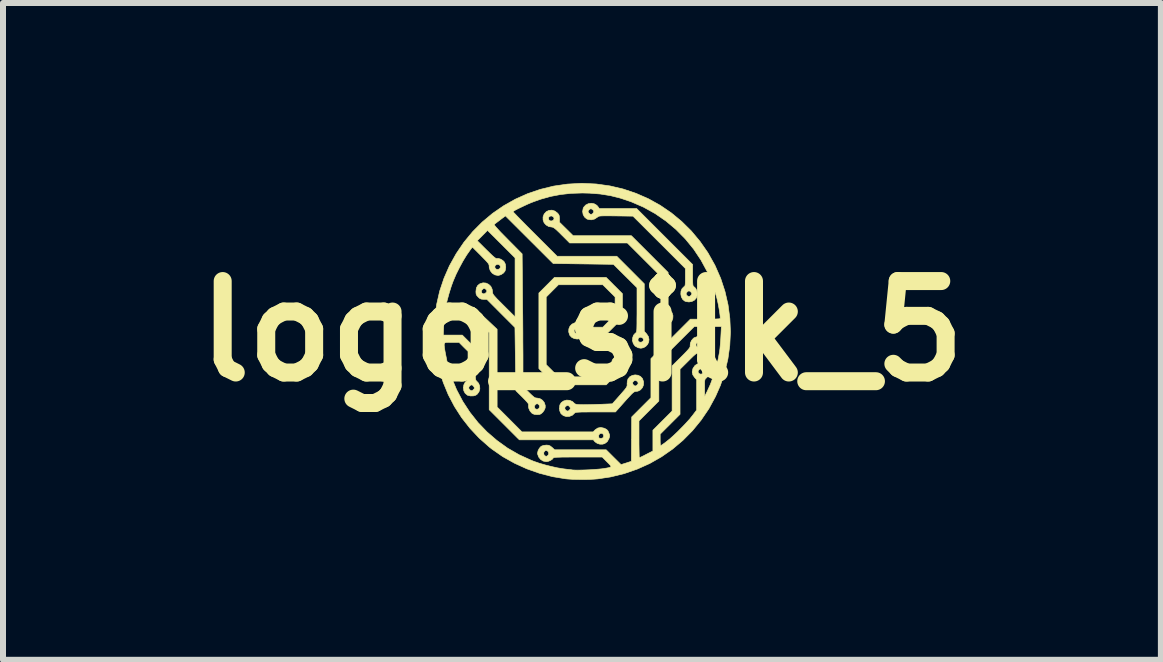
<source format=kicad_pcb>
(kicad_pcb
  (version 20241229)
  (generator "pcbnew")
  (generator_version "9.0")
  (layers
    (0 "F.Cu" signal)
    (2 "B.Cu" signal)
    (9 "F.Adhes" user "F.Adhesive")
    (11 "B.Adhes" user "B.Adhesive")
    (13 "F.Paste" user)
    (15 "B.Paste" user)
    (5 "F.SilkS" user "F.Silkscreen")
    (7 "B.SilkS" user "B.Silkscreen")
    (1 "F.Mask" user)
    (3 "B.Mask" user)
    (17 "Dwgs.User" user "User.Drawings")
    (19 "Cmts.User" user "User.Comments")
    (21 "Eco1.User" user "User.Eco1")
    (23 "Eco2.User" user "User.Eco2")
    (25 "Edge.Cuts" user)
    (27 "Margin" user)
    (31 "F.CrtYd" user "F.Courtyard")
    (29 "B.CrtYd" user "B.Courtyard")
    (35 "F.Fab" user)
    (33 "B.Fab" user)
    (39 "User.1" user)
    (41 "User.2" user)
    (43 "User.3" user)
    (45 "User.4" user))
  (footprint "logo_silk_5"
    (layer "F.Cu")
    (at 6.648 2.468)
    (property "Reference" "logo_silk_5" (at 0 0 0) (layer "F.SilkS") (effects (font (size 1.524 1.524) (thickness 0.3))))
    (attr through_hole)
    (fp_poly (pts (xy -0.452 -2.001) (xy -0.412 -1.971) (xy -0.39 -1.947) (xy -0.379 -1.923) (xy -0.376 -1.892) (xy -0.375 -1.875) (xy -0.375 -1.815) (xy -0.261 -1.703) (xy -0.147 -1.59) (xy 0.823 -1.59) (xy 1.129 -1.284) (xy 1.436 -0.977) (xy 1.436 -0.38) (xy 1.469 -0.348) (xy 1.502 -0.305) (xy 1.516 -0.259) (xy 1.514 -0.213) (xy 1.499 -0.171) (xy 1.472 -0.136) (xy 1.437 -0.111) (xy 1.394 -0.099) (xy 1.347 -0.103) (xy 1.306 -0.121) (xy 1.269 -0.155) (xy 1.244 -0.198) (xy 1.237 -0.238) (xy 1.237 -0.238) (xy 1.33 -0.238) (xy 1.335 -0.223) (xy 1.346 -0.211) (xy 1.366 -0.193) (xy 1.38 -0.189) (xy 1.4 -0.197) (xy 1.403 -0.199) (xy 1.421 -0.218) (xy 1.424 -0.244) (xy 1.414 -0.268) (xy 1.395 -0.284) (xy 1.374 -0.285) (xy 1.354 -0.274) (xy 1.34 -0.258) (xy 1.33 -0.238) (xy 1.237 -0.238) (xy 1.243 -0.274) (xy 1.258 -0.311) (xy 1.279 -0.342) (xy 1.294 -0.354) (xy 1.3 -0.359) (xy 1.305 -0.367) (xy 1.309 -0.381) (xy 1.311 -0.404) (xy 1.313 -0.438) (xy 1.314 -0.487) (xy 1.314 -0.552) (xy 1.314 -0.636) (xy 1.314 -0.911) (xy 1.035 -1.19) (xy 0.756 -1.469) (xy -0.205 -1.469) (xy -0.337 -1.601) (xy -0.388 -1.652) (xy -0.427 -1.689) (xy -0.456 -1.713) (xy -0.477 -1.727) (xy -0.494 -1.733) (xy -0.5 -1.734) (xy -0.554 -1.743) (xy -0.598 -1.769) (xy -0.631 -1.806) (xy -0.648 -1.852) (xy -0.648 -1.866) (xy -0.557 -1.866) (xy -0.552 -1.855) (xy -0.532 -1.838) (xy -0.505 -1.836) (xy -0.48 -1.847) (xy -0.471 -1.858) (xy -0.465 -1.883) (xy -0.478 -1.905) (xy -0.505 -1.919) (xy -0.511 -1.919) (xy -0.539 -1.914) (xy -0.556 -1.894) (xy -0.557 -1.866) (xy -0.648 -1.866) (xy -0.649 -1.902) (xy -0.63 -1.952) (xy -0.629 -1.953) (xy -0.594 -1.991) (xy -0.55 -2.012) (xy -0.501 -2.016) (xy -0.452 -2.001)) (stroke (width 0.01) (type solid)) (fill yes) (layer "F.SilkS"))
    (fp_poly (pts (xy 0.204 -2.122) (xy 0.247 -2.097) (xy 0.269 -2.071) (xy 0.288 -2.043) (xy 0.911 -2.043) (xy 1.378 -1.576) (xy 1.844 -1.11) (xy 1.844 -0.931) (xy 1.844 -0.864) (xy 1.845 -0.816) (xy 1.847 -0.783) (xy 1.85 -0.762) (xy 1.855 -0.75) (xy 1.862 -0.743) (xy 1.866 -0.74) (xy 1.895 -0.713) (xy 1.914 -0.673) (xy 1.921 -0.625) (xy 1.915 -0.577) (xy 1.905 -0.552) (xy 1.875 -0.517) (xy 1.833 -0.495) (xy 1.783 -0.486) (xy 1.733 -0.493) (xy 1.709 -0.503) (xy 1.676 -0.532) (xy 1.655 -0.573) (xy 1.647 -0.619) (xy 1.648 -0.632) (xy 1.737 -0.632) (xy 1.738 -0.609) (xy 1.751 -0.592) (xy 1.776 -0.576) (xy 1.799 -0.581) (xy 1.817 -0.597) (xy 1.831 -0.619) (xy 1.826 -0.638) (xy 1.802 -0.665) (xy 1.777 -0.67) (xy 1.757 -0.658) (xy 1.737 -0.632) (xy 1.648 -0.632) (xy 1.65 -0.666) (xy 1.667 -0.707) (xy 1.696 -0.737) (xy 1.701 -0.74) (xy 1.71 -0.746) (xy 1.716 -0.757) (xy 1.72 -0.775) (xy 1.722 -0.805) (xy 1.723 -0.851) (xy 1.723 -0.898) (xy 1.723 -1.044) (xy 1.287 -1.48) (xy 0.85 -1.916) (xy 0.568 -1.92) (xy 0.481 -1.921) (xy 0.414 -1.921) (xy 0.363 -1.921) (xy 0.327 -1.92) (xy 0.301 -1.918) (xy 0.284 -1.915) (xy 0.272 -1.91) (xy 0.264 -1.904) (xy 0.261 -1.902) (xy 0.21 -1.868) (xy 0.155 -1.855) (xy 0.1 -1.862) (xy 0.077 -1.872) (xy 0.042 -1.902) (xy 0.019 -1.944) (xy 0.012 -1.988) (xy 0.102 -1.988) (xy 0.115 -1.966) (xy 0.141 -1.947) (xy 0.164 -1.948) (xy 0.181 -1.961) (xy 0.197 -1.985) (xy 0.192 -2.009) (xy 0.176 -2.027) (xy 0.15 -2.04) (xy 0.125 -2.03) (xy 0.106 -2.007) (xy 0.102 -1.988) (xy 0.012 -1.988) (xy 0.011 -1.993) (xy 0.019 -2.042) (xy 0.029 -2.065) (xy 0.063 -2.102) (xy 0.107 -2.124) (xy 0.156 -2.131) (xy 0.204 -2.122)) (stroke (width 0.01) (type solid)) (fill yes) (layer "F.SilkS"))
    (fp_poly (pts (xy 0.933 0.735) (xy 0.975 0.755) (xy 1.007 0.789) (xy 1.01 0.795) (xy 1.027 0.846) (xy 1.025 0.897) (xy 1.007 0.942) (xy 0.975 0.978) (xy 0.933 1) (xy 0.896 1.005) (xy 0.883 1.007) (xy 0.868 1.014) (xy 0.85 1.027) (xy 0.825 1.05) (xy 0.793 1.085) (xy 0.749 1.132) (xy 0.71 1.176) (xy 0.558 1.347) (xy 0.224 1.347) (xy 0.129 1.347) (xy 0.054 1.348) (xy -0.004 1.348) (xy -0.047 1.35) (xy -0.078 1.352) (xy -0.099 1.354) (xy -0.112 1.358) (xy -0.12 1.363) (xy -0.124 1.367) (xy -0.161 1.402) (xy -0.21 1.421) (xy -0.262 1.423) (xy -0.31 1.408) (xy -0.349 1.376) (xy -0.37 1.33) (xy -0.375 1.292) (xy -0.286 1.292) (xy -0.269 1.319) (xy -0.244 1.333) (xy -0.219 1.326) (xy -0.203 1.307) (xy -0.193 1.288) (xy -0.198 1.272) (xy -0.208 1.258) (xy -0.226 1.241) (xy -0.243 1.239) (xy -0.258 1.245) (xy -0.282 1.265) (xy -0.286 1.292) (xy -0.375 1.292) (xy -0.375 1.284) (xy -0.369 1.231) (xy -0.346 1.192) (xy -0.309 1.165) (xy -0.257 1.149) (xy -0.205 1.153) (xy -0.157 1.174) (xy -0.124 1.206) (xy -0.114 1.213) (xy -0.096 1.219) (xy -0.068 1.223) (xy -0.028 1.225) (xy 0.027 1.226) (xy 0.097 1.225) (xy 0.185 1.223) (xy 0.293 1.219) (xy 0.317 1.219) (xy 0.506 1.211) (xy 0.631 1.07) (xy 0.676 1.018) (xy 0.709 0.98) (xy 0.731 0.952) (xy 0.744 0.931) (xy 0.751 0.914) (xy 0.753 0.898) (xy 0.752 0.879) (xy 0.752 0.879) (xy 0.753 0.872) (xy 0.842 0.872) (xy 0.855 0.894) (xy 0.878 0.913) (xy 0.898 0.913) (xy 0.918 0.898) (xy 0.936 0.875) (xy 0.933 0.853) (xy 0.916 0.833) (xy 0.89 0.821) (xy 0.865 0.83) (xy 0.846 0.853) (xy 0.842 0.872) (xy 0.753 0.872) (xy 0.755 0.835) (xy 0.767 0.797) (xy 0.767 0.796) (xy 0.797 0.76) (xy 0.838 0.738) (xy 0.885 0.729) (xy 0.933 0.735)) (stroke (width 0.01) (type solid)) (fill yes) (layer "F.SilkS"))
    (fp_poly (pts (xy 0.674 -0.624) (xy 0.674 -0.215) (xy 0.403 0.055) (xy 0.224 0.055) (xy 0.157 0.055) (xy 0.109 0.056) (xy 0.076 0.058) (xy 0.055 0.061) (xy 0.043 0.066) (xy 0.036 0.073) (xy 0.033 0.077) (xy 0.005 0.108) (xy -0.035 0.126) (xy -0.081 0.132) (xy -0.128 0.124) (xy -0.169 0.105) (xy -0.2 0.073) (xy -0.204 0.067) (xy -0.221 0.014) (xy -0.22 -0.014) (xy -0.13 -0.014) (xy -0.128 0.01) (xy -0.115 0.027) (xy -0.091 0.043) (xy -0.067 0.037) (xy -0.049 0.021) (xy -0.036 -0.00031) (xy -0.04 -0.019) (xy -0.064 -0.046) (xy -0.089 -0.051) (xy -0.11 -0.039) (xy -0.13 -0.014) (xy -0.22 -0.014) (xy -0.219 -0.037) (xy -0.2 -0.082) (xy -0.166 -0.117) (xy -0.12 -0.139) (xy -0.082 -0.144) (xy -0.045 -0.138) (xy -0.008 -0.122) (xy 0.022 -0.102) (xy 0.037 -0.083) (xy 0.044 -0.076) (xy 0.059 -0.071) (xy 0.086 -0.068) (xy 0.128 -0.067) (xy 0.189 -0.066) (xy 0.196 -0.066) (xy 0.349 -0.066) (xy 0.451 -0.17) (xy 0.552 -0.273) (xy 0.552 -0.569) (xy 0.347 -0.773) (xy -0.392 -0.773) (xy -0.494 -0.671) (xy -0.596 -0.568) (xy -0.596 0.558) (xy -0.494 0.66) (xy -0.392 0.762) (xy 0.348 0.762) (xy 0.497 0.612) (xy 0.497 0.548) (xy 0.497 0.533) (xy 0.587 0.533) (xy 0.592 0.561) (xy 0.604 0.576) (xy 0.623 0.593) (xy 0.64 0.593) (xy 0.662 0.574) (xy 0.663 0.573) (xy 0.679 0.555) (xy 0.678 0.54) (xy 0.67 0.527) (xy 0.646 0.503) (xy 0.619 0.5) (xy 0.601 0.508) (xy 0.587 0.533) (xy 0.497 0.533) (xy 0.498 0.51) (xy 0.504 0.484) (xy 0.519 0.463) (xy 0.535 0.446) (xy 0.562 0.422) (xy 0.589 0.411) (xy 0.623 0.409) (xy 0.682 0.416) (xy 0.725 0.439) (xy 0.755 0.479) (xy 0.756 0.481) (xy 0.77 0.533) (xy 0.766 0.584) (xy 0.745 0.628) (xy 0.709 0.661) (xy 0.661 0.68) (xy 0.655 0.681) (xy 0.634 0.686) (xy 0.613 0.695) (xy 0.59 0.712) (xy 0.559 0.74) (xy 0.518 0.78) (xy 0.507 0.791) (xy 0.404 0.895) (xy -0.448 0.895) (xy -0.583 0.759) (xy -0.718 0.624) (xy -0.718 -0.635) (xy -0.588 -0.765) (xy -0.459 -0.895) (xy 0.403 -0.895) (xy 0.674 -0.624)) (stroke (width 0.01) (type solid)) (fill yes) (layer "F.SilkS"))
    (fp_poly (pts (xy 0.238 -2.452) (xy 0.466 -2.42) (xy 0.687 -2.368) (xy 0.901 -2.296) (xy 1.107 -2.206) (xy 1.303 -2.097) (xy 1.488 -1.971) (xy 1.661 -1.828) (xy 1.821 -1.67) (xy 1.967 -1.495) (xy 2.098 -1.307) (xy 2.212 -1.104) (xy 2.22 -1.088) (xy 2.312 -0.878) (xy 2.383 -0.661) (xy 2.434 -0.439) (xy 2.464 -0.214) (xy 2.474 0.012) (xy 2.463 0.239) (xy 2.432 0.463) (xy 2.38 0.685) (xy 2.308 0.901) (xy 2.226 1.088) (xy 2.115 1.292) (xy 1.986 1.482) (xy 1.842 1.658) (xy 1.683 1.819) (xy 1.51 1.965) (xy 1.325 2.094) (xy 1.128 2.206) (xy 0.921 2.299) (xy 0.704 2.374) (xy 0.48 2.429) (xy 0.263 2.462) (xy 0.195 2.467) (xy 0.112 2.471) (xy 0.02 2.472) (xy -0.073 2.471) (xy -0.161 2.469) (xy -0.238 2.464) (xy -0.271 2.461) (xy -0.49 2.425) (xy -0.707 2.369) (xy -0.92 2.294) (xy -1.126 2.2) (xy -1.322 2.09) (xy -1.504 1.963) (xy -1.541 1.934) (xy -1.712 1.783) (xy -1.867 1.618) (xy -2.005 1.442) (xy -2.125 1.255) (xy -2.228 1.059) (xy -2.312 0.855) (xy -2.378 0.645) (xy -2.426 0.431) (xy -2.454 0.212) (xy -2.46 0.066) (xy -2.311 0.066) (xy -1.994 0.066) (xy -1.886 0.174) (xy -1.778 0.281) (xy -1.778 0.549) (xy -1.778 0.633) (xy -1.777 0.698) (xy -1.776 0.746) (xy -1.775 0.78) (xy -1.772 0.803) (xy -1.768 0.817) (xy -1.763 0.826) (xy -1.758 0.83) (xy -1.723 0.868) (xy -1.705 0.914) (xy -1.702 0.963) (xy -1.716 1.01) (xy -1.744 1.049) (xy -1.769 1.067) (xy -1.809 1.079) (xy -1.857 1.08) (xy -1.902 1.07) (xy -1.911 1.066) (xy -1.947 1.035) (xy -1.969 0.994) (xy -1.976 0.945) (xy -1.976 0.944) (xy -1.888 0.944) (xy -1.88 0.966) (xy -1.86 0.985) (xy -1.84 0.994) (xy -1.822 0.986) (xy -1.806 0.972) (xy -1.793 0.955) (xy -1.794 0.94) (xy -1.804 0.922) (xy -1.822 0.902) (xy -1.838 0.895) (xy -1.86 0.903) (xy -1.88 0.923) (xy -1.888 0.944) (xy -1.976 0.944) (xy -1.969 0.896) (xy -1.946 0.851) (xy -1.922 0.826) (xy -1.915 0.818) (xy -1.909 0.809) (xy -1.905 0.794) (xy -1.902 0.77) (xy -1.901 0.736) (xy -1.9 0.687) (xy -1.9 0.621) (xy -1.899 0.572) (xy -1.899 0.337) (xy -1.974 0.263) (xy -2.048 0.188) (xy -2.173 0.188) (xy -2.224 0.187) (xy -2.26 0.188) (xy -2.283 0.194) (xy -2.294 0.208) (xy -2.296 0.233) (xy -2.292 0.273) (xy -2.283 0.331) (xy -2.28 0.347) (xy -2.237 0.565) (xy -2.173 0.775) (xy -2.089 0.977) (xy -1.987 1.17) (xy -1.868 1.352) (xy -1.733 1.523) (xy -1.582 1.68) (xy -1.417 1.822) (xy -1.239 1.95) (xy -1.048 2.06) (xy -0.846 2.152) (xy -0.801 2.17) (xy -0.712 2.201) (xy -0.612 2.23) (xy -0.509 2.256) (xy -0.41 2.278) (xy -0.321 2.293) (xy -0.298 2.296) (xy -0.248 2.302) (xy -0.203 2.307) (xy -0.17 2.311) (xy -0.16 2.313) (xy -0.126 2.315) (xy -0.075 2.316) (xy -0.012 2.315) (xy 0.059 2.313) (xy 0.133 2.31) (xy 0.206 2.305) (xy 0.271 2.3) (xy 0.325 2.295) (xy 0.348 2.292) (xy 0.41 2.282) (xy 0.453 2.274) (xy 0.476 2.266) (xy 0.483 2.255) (xy 0.474 2.238) (xy 0.451 2.213) (xy 0.418 2.18) (xy 0.337 2.098) (xy -0.068 2.098) (xy -0.174 2.098) (xy -0.261 2.099) (xy -0.33 2.099) (xy -0.383 2.101) (xy -0.422 2.102) (xy -0.449 2.104) (xy -0.466 2.107) (xy -0.475 2.111) (xy -0.479 2.115) (xy -0.496 2.136) (xy -0.528 2.156) (xy -0.565 2.171) (xy -0.596 2.175) (xy -0.646 2.165) (xy -0.689 2.138) (xy -0.722 2.097) (xy -0.739 2.049) (xy -0.739 2.044) (xy -0.638 2.044) (xy -0.628 2.069) (xy -0.623 2.073) (xy -0.604 2.084) (xy -0.596 2.087) (xy -0.583 2.081) (xy -0.57 2.073) (xy -0.555 2.052) (xy -0.555 2.027) (xy -0.566 2.005) (xy -0.585 1.991) (xy -0.609 1.991) (xy -0.616 1.995) (xy -0.634 2.016) (xy -0.638 2.044) (xy -0.739 2.044) (xy -0.74 2.031) (xy -0.732 1.993) (xy -0.711 1.953) (xy -0.684 1.923) (xy -0.673 1.916) (xy -0.642 1.905) (xy -0.603 1.9) (xy -0.591 1.899) (xy -0.556 1.902) (xy -0.529 1.914) (xy -0.498 1.938) (xy -0.456 1.977) (xy 0.403 1.977) (xy 0.527 2.101) (xy 0.651 2.224) (xy 0.737 2.197) (xy 0.823 2.169) (xy 0.826 1.799) (xy 0.828 1.496) (xy 0.95 1.496) (xy 0.95 1.803) (xy 0.95 1.882) (xy 0.951 1.954) (xy 0.952 2.016) (xy 0.953 2.064) (xy 0.954 2.096) (xy 0.956 2.109) (xy 0.956 2.109) (xy 0.968 2.105) (xy 0.995 2.092) (xy 1.034 2.073) (xy 1.072 2.053) (xy 1.182 1.997) (xy 1.182 1.651) (xy 1.342 1.491) (xy 1.502 1.331) (xy 1.502 0.579) (xy 1.655 0.427) (xy 1.708 0.374) (xy 1.747 0.333) (xy 1.774 0.303) (xy 1.791 0.281) (xy 1.8 0.265) (xy 1.803 0.252) (xy 1.803 0.244) (xy 1.803 0.234) (xy 1.9 0.234) (xy 1.91 0.259) (xy 1.931 0.274) (xy 1.944 0.276) (xy 1.967 0.269) (xy 1.975 0.263) (xy 1.988 0.238) (xy 1.985 0.212) (xy 1.97 0.191) (xy 1.946 0.182) (xy 1.922 0.188) (xy 1.903 0.208) (xy 1.9 0.234) (xy 1.803 0.234) (xy 1.806 0.2) (xy 1.825 0.156) (xy 1.856 0.12) (xy 1.868 0.111) (xy 1.918 0.092) (xy 1.969 0.092) (xy 2.016 0.109) (xy 2.054 0.142) (xy 2.072 0.173) (xy 2.084 0.226) (xy 2.073 0.277) (xy 2.042 0.324) (xy 2.038 0.328) (xy 2.009 0.352) (xy 1.981 0.363) (xy 1.953 0.364) (xy 1.935 0.365) (xy 1.919 0.368) (xy 1.903 0.376) (xy 1.882 0.392) (xy 1.855 0.416) (xy 1.818 0.452) (xy 1.77 0.5) (xy 1.634 0.635) (xy 1.634 1.386) (xy 1.303 1.717) (xy 1.303 1.814) (xy 1.304 1.857) (xy 1.306 1.89) (xy 1.308 1.908) (xy 1.309 1.911) (xy 1.32 1.904) (xy 1.345 1.887) (xy 1.379 1.863) (xy 1.406 1.842) (xy 1.461 1.798) (xy 1.526 1.74) (xy 1.596 1.674) (xy 1.666 1.603) (xy 1.733 1.533) (xy 1.792 1.468) (xy 1.838 1.411) (xy 1.842 1.406) (xy 1.911 1.315) (xy 1.911 0.809) (xy 1.878 0.773) (xy 1.847 0.728) (xy 1.838 0.683) (xy 1.935 0.683) (xy 1.948 0.705) (xy 1.973 0.716) (xy 1.987 0.716) (xy 2.008 0.709) (xy 2.015 0.691) (xy 2.015 0.68) (xy 2.008 0.65) (xy 1.99 0.633) (xy 1.966 0.632) (xy 1.957 0.636) (xy 1.938 0.658) (xy 1.935 0.683) (xy 1.838 0.683) (xy 1.837 0.68) (xy 1.848 0.626) (xy 1.853 0.616) (xy 1.883 0.573) (xy 1.924 0.545) (xy 1.971 0.535) (xy 2.02 0.541) (xy 2.066 0.566) (xy 2.076 0.576) (xy 2.105 0.618) (xy 2.116 0.667) (xy 2.112 0.716) (xy 2.092 0.76) (xy 2.07 0.783) (xy 2.059 0.792) (xy 2.051 0.804) (xy 2.047 0.82) (xy 2.044 0.847) (xy 2.044 0.888) (xy 2.044 0.946) (xy 2.044 1.088) (xy 2.086 1.005) (xy 2.139 0.889) (xy 2.188 0.758) (xy 2.232 0.619) (xy 2.267 0.478) (xy 2.292 0.347) (xy 2.299 0.293) (xy 2.305 0.225) (xy 2.311 0.152) (xy 2.315 0.082) (xy 2.315 0.08) (xy 2.323 -0.077) (xy 1.872 -0.077) (xy 1.576 0.218) (xy 1.281 0.514) (xy 1.281 1.165) (xy 0.95 1.496) (xy 0.828 1.496) (xy 0.829 1.43) (xy 0.989 1.27) (xy 1.149 1.11) (xy 1.149 0.458) (xy 1.477 0.13) (xy 1.806 -0.199) (xy 2.051 -0.199) (xy 2.127 -0.199) (xy 2.194 -0.201) (xy 2.246 -0.203) (xy 2.283 -0.205) (xy 2.301 -0.208) (xy 2.302 -0.209) (xy 2.304 -0.226) (xy 2.301 -0.26) (xy 2.295 -0.308) (xy 2.286 -0.365) (xy 2.275 -0.427) (xy 2.262 -0.49) (xy 2.248 -0.55) (xy 2.243 -0.57) (xy 2.175 -0.784) (xy 2.088 -0.99) (xy 1.983 -1.184) (xy 1.861 -1.367) (xy 1.722 -1.537) (xy 1.568 -1.693) (xy 1.4 -1.834) (xy 1.219 -1.959) (xy 1.026 -2.066) (xy 0.821 -2.155) (xy 0.813 -2.158) (xy 0.641 -2.216) (xy 0.474 -2.258) (xy 0.305 -2.285) (xy 0.128 -2.299) (xy 0.006 -2.302) (xy -0.181 -2.296) (xy -0.354 -2.277) (xy -0.522 -2.245) (xy -0.69 -2.198) (xy -0.802 -2.158) (xy -0.849 -2.14) (xy -0.903 -2.117) (xy -0.959 -2.091) (xy -1.014 -2.065) (xy -1.064 -2.041) (xy -1.106 -2.019) (xy -1.135 -2.002) (xy -1.148 -1.992) (xy -1.149 -1.991) (xy -1.141 -1.981) (xy -1.119 -1.958) (xy -1.085 -1.922) (xy -1.04 -1.876) (xy -0.985 -1.82) (xy -0.922 -1.756) (xy -0.852 -1.686) (xy -0.781 -1.615) (xy -0.414 -1.248) (xy 0.58 -1.248) (xy 0.809 -1.019) (xy 1.038 -0.789) (xy 1.038 0.003) (xy 1.077 0.046) (xy 1.107 0.091) (xy 1.117 0.138) (xy 1.112 0.182) (xy 1.093 0.222) (xy 1.063 0.254) (xy 1.026 0.276) (xy 0.982 0.285) (xy 0.936 0.277) (xy 0.89 0.252) (xy 0.882 0.245) (xy 0.855 0.207) (xy 0.842 0.161) (xy 0.842 0.155) (xy 0.934 0.155) (xy 0.939 0.166) (xy 0.959 0.183) (xy 0.986 0.185) (xy 1.011 0.173) (xy 1.02 0.163) (xy 1.026 0.138) (xy 1.013 0.116) (xy 0.986 0.102) (xy 0.98 0.101) (xy 0.952 0.107) (xy 0.935 0.127) (xy 0.934 0.155) (xy 0.842 0.155) (xy 0.844 0.113) (xy 0.859 0.068) (xy 0.889 0.034) (xy 0.895 0.03) (xy 0.901 0.026) (xy 0.905 0.019) (xy 0.909 0.007) (xy 0.912 -0.011) (xy 0.914 -0.039) (xy 0.915 -0.078) (xy 0.916 -0.131) (xy 0.916 -0.2) (xy 0.917 -0.287) (xy 0.917 -0.353) (xy 0.917 -0.724) (xy 0.721 -0.918) (xy 0.525 -1.113) (xy 0.022 -1.12) (xy -0.48 -1.127) (xy -1.276 -1.921) (xy -1.364 -1.854) (xy -1.402 -1.825) (xy -1.435 -1.8) (xy -1.457 -1.783) (xy -1.463 -1.777) (xy -1.458 -1.766) (xy -1.439 -1.741) (xy -1.404 -1.702) (xy -1.355 -1.649) (xy -1.292 -1.585) (xy -1.235 -1.527) (xy -0.997 -1.287) (xy -0.99 -0.53) (xy -0.989 -0.391) (xy -0.987 -0.248) (xy -0.986 -0.107) (xy -0.985 0.032) (xy -0.985 0.164) (xy -0.984 0.287) (xy -0.983 0.397) (xy -0.983 0.491) (xy -0.983 0.567) (xy -0.983 0.574) (xy -0.983 0.923) (xy -0.886 1.019) (xy -0.844 1.06) (xy -0.813 1.088) (xy -0.791 1.105) (xy -0.772 1.113) (xy -0.754 1.115) (xy -0.751 1.115) (xy -0.7 1.125) (xy -0.658 1.152) (xy -0.627 1.192) (xy -0.612 1.24) (xy -0.613 1.279) (xy -0.627 1.314) (xy -0.651 1.349) (xy -0.657 1.355) (xy -0.683 1.378) (xy -0.708 1.389) (xy -0.743 1.391) (xy -0.749 1.391) (xy -0.79 1.388) (xy -0.821 1.376) (xy -0.838 1.364) (xy -0.867 1.329) (xy -0.886 1.287) (xy -0.888 1.274) (xy -0.792 1.274) (xy -0.778 1.295) (xy -0.751 1.303) (xy -0.728 1.296) (xy -0.72 1.29) (xy -0.707 1.265) (xy -0.709 1.241) (xy -0.722 1.221) (xy -0.742 1.21) (xy -0.766 1.215) (xy -0.774 1.221) (xy -0.791 1.247) (xy -0.792 1.274) (xy -0.888 1.274) (xy -0.892 1.246) (xy -0.89 1.233) (xy -0.89 1.22) (xy -0.898 1.204) (xy -0.916 1.181) (xy -0.945 1.149) (xy -0.988 1.105) (xy -0.993 1.1) (xy -1.102 0.992) (xy -1.117 -0.061) (xy -1.351 -0.295) (xy -1.585 -0.53) (xy -1.638 -0.53) (xy -1.675 -0.533) (xy -1.701 -0.543) (xy -1.728 -0.566) (xy -1.729 -0.568) (xy -1.753 -0.594) (xy -1.764 -0.618) (xy -1.767 -0.652) (xy -1.676 -0.652) (xy -1.667 -0.634) (xy -1.644 -0.621) (xy -1.617 -0.626) (xy -1.594 -0.647) (xy -1.593 -0.648) (xy -1.584 -0.667) (xy -1.589 -0.682) (xy -1.601 -0.696) (xy -1.62 -0.711) (xy -1.635 -0.711) (xy -1.649 -0.704) (xy -1.672 -0.679) (xy -1.676 -0.652) (xy -1.767 -0.652) (xy -1.767 -0.652) (xy -1.767 -0.662) (xy -1.76 -0.719) (xy -1.737 -0.761) (xy -1.7 -0.79) (xy -1.649 -0.805) (xy -1.599 -0.801) (xy -1.555 -0.78) (xy -1.519 -0.746) (xy -1.497 -0.699) (xy -1.491 -0.657) (xy -1.49 -0.642) (xy -1.487 -0.629) (xy -1.48 -0.613) (xy -1.466 -0.594) (xy -1.444 -0.569) (xy -1.413 -0.535) (xy -1.369 -0.491) (xy -1.312 -0.434) (xy -1.303 -0.425) (xy -1.115 -0.238) (xy -1.115 -1.221) (xy -1.574 -1.679) (xy -1.659 -1.593) (xy -1.745 -1.507) (xy -1.592 -1.355) (xy -1.534 -1.298) (xy -1.49 -1.256) (xy -1.457 -1.228) (xy -1.435 -1.213) (xy -1.423 -1.21) (xy -1.422 -1.21) (xy -1.392 -1.211) (xy -1.356 -1.2) (xy -1.32 -1.178) (xy -1.298 -1.158) (xy -1.277 -1.117) (xy -1.27 -1.067) (xy -1.277 -1.017) (xy -1.286 -0.995) (xy -1.311 -0.966) (xy -1.348 -0.942) (xy -1.388 -0.929) (xy -1.402 -0.928) (xy -1.453 -0.938) (xy -1.496 -0.966) (xy -1.528 -1.007) (xy -1.545 -1.057) (xy -1.546 -1.07) (xy -1.453 -1.07) (xy -1.446 -1.048) (xy -1.426 -1.031) (xy -1.399 -1.028) (xy -1.373 -1.039) (xy -1.372 -1.04) (xy -1.359 -1.065) (xy -1.363 -1.089) (xy -1.381 -1.107) (xy -1.409 -1.113) (xy -1.418 -1.111) (xy -1.445 -1.096) (xy -1.453 -1.07) (xy -1.546 -1.07) (xy -1.546 -1.077) (xy -1.547 -1.093) (xy -1.551 -1.109) (xy -1.56 -1.126) (xy -1.577 -1.147) (xy -1.603 -1.176) (xy -1.641 -1.215) (xy -1.686 -1.261) (xy -1.826 -1.401) (xy -1.863 -1.352) (xy -1.922 -1.268) (xy -1.983 -1.168) (xy -2.042 -1.059) (xy -2.098 -0.947) (xy -2.145 -0.837) (xy -2.158 -0.802) (xy -2.178 -0.747) (xy -2.197 -0.686) (xy -2.217 -0.621) (xy -2.234 -0.558) (xy -2.249 -0.502) (xy -2.259 -0.456) (xy -2.264 -0.426) (xy -2.264 -0.422) (xy -2.264 -0.398) (xy -1.803 -0.398) (xy -1.608 -0.214) (xy -1.414 -0.031) (xy -1.414 1.264) (xy -1.207 1.471) (xy -1 1.679) (xy 0.186 1.679) (xy 0.218 1.646) (xy 0.263 1.615) (xy 0.313 1.605) (xy 0.368 1.617) (xy 0.378 1.621) (xy 0.412 1.639) (xy 0.433 1.662) (xy 0.447 1.694) (xy 0.459 1.726) (xy 0.461 1.75) (xy 0.455 1.775) (xy 0.448 1.794) (xy 0.421 1.842) (xy 0.38 1.873) (xy 0.343 1.884) (xy 0.299 1.884) (xy 0.254 1.87) (xy 0.218 1.845) (xy 0.211 1.838) (xy 0.19 1.811) (xy -1.043 1.811) (xy -1.09 1.765) (xy 0.278 1.765) (xy 0.28 1.773) (xy 0.295 1.786) (xy 0.32 1.788) (xy 0.344 1.78) (xy 0.353 1.773) (xy 0.363 1.746) (xy 0.353 1.72) (xy 0.34 1.707) (xy 0.315 1.702) (xy 0.293 1.713) (xy 0.279 1.736) (xy 0.278 1.765) (xy -1.09 1.765) (xy -1.546 1.309) (xy -1.546 0.024) (xy -1.703 -0.126) (xy -1.861 -0.276) (xy -2.072 -0.276) (xy -2.147 -0.276) (xy -2.202 -0.275) (xy -2.241 -0.273) (xy -2.267 -0.271) (xy -2.282 -0.267) (xy -2.289 -0.261) (xy -2.29 -0.259) (xy -2.293 -0.242) (xy -2.297 -0.208) (xy -2.3 -0.16) (xy -2.303 -0.105) (xy -2.304 -0.088) (xy -2.311 0.066) (xy -2.46 0.066) (xy -2.463 -0.008) (xy -2.452 -0.229) (xy -2.421 -0.449) (xy -2.371 -0.668) (xy -2.299 -0.882) (xy -2.209 -1.088) (xy -2.096 -1.291) (xy -1.967 -1.481) (xy -1.822 -1.657) (xy -1.663 -1.817) (xy -1.491 -1.961) (xy -1.307 -2.088) (xy -1.112 -2.198) (xy -0.907 -2.29) (xy -0.693 -2.363) (xy -0.472 -2.417) (xy -0.245 -2.45) (xy -0.013 -2.463) (xy 0.006 -2.463) (xy 0.238 -2.452)) (stroke (width 0.01) (type solid)) (fill yes) (layer "F.SilkS")))
  (gr_rect
    (start -3 -3)
    (end 16.295 7.945)
    (stroke (width 0.1) (type default))
    (fill no)
    (layer "Edge.Cuts")))
</source>
